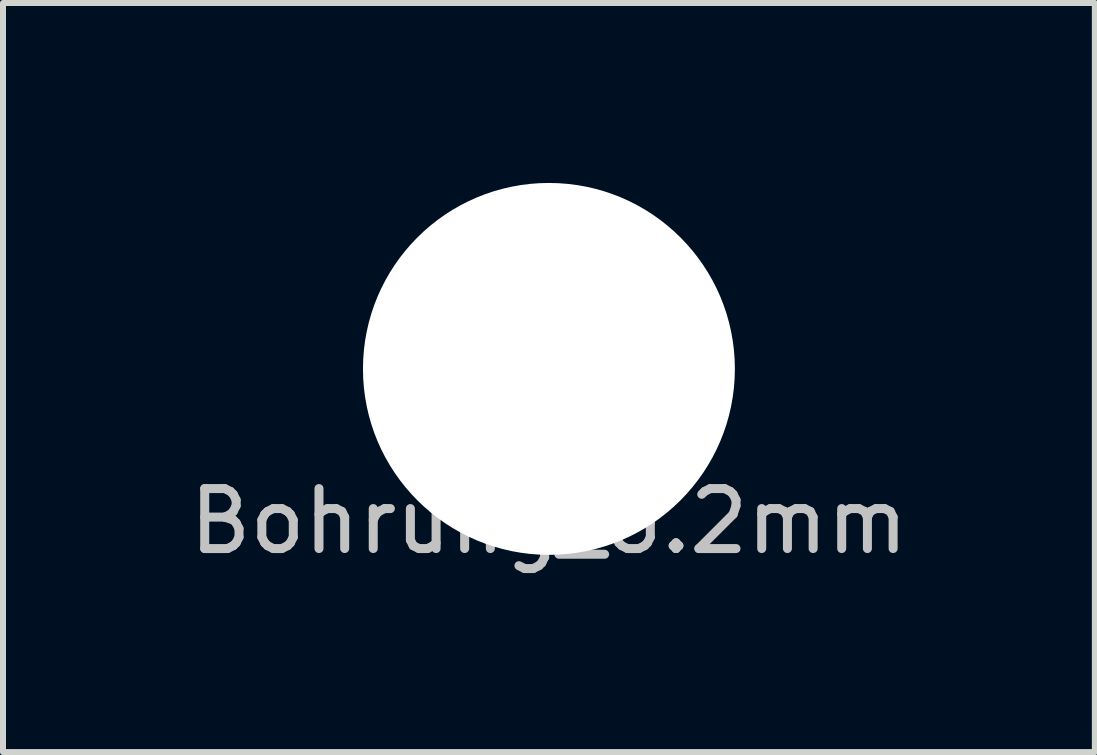
<source format=kicad_pcb>
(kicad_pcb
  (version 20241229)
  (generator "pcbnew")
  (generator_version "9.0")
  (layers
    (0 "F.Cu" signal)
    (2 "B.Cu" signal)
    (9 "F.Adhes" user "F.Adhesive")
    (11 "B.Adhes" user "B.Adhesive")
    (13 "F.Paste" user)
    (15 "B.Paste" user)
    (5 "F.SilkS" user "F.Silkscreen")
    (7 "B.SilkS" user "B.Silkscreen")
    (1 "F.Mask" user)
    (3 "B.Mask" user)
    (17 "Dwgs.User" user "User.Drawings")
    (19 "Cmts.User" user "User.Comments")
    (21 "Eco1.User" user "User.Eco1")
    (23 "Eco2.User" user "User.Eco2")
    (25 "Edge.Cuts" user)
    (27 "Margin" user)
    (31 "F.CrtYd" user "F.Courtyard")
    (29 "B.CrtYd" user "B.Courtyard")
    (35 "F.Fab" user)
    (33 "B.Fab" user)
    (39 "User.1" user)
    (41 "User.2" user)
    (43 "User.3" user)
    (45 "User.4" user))
  (footprint "Bohrung_6.2mm"
    (layer "F.Cu")
    (at 6.101 3.1)
    (property "Reference" "Bohrung_6.2mm" (at 0 2.54 0) (layer "Dwgs.User") (effects (font (size 1 1) (thickness 0.15))))
    (attr through_hole)
    (pad "" np_thru_hole circle (at 0 0) (size 6.2 6.2) (drill 6.2) (layers "*.Cu" "*.Mask")))
  (gr_rect
    (start -3 -3)
    (end 15.202 9.488)
    (stroke (width 0.1) (type default))
    (fill no)
    (layer "Edge.Cuts")))
</source>
